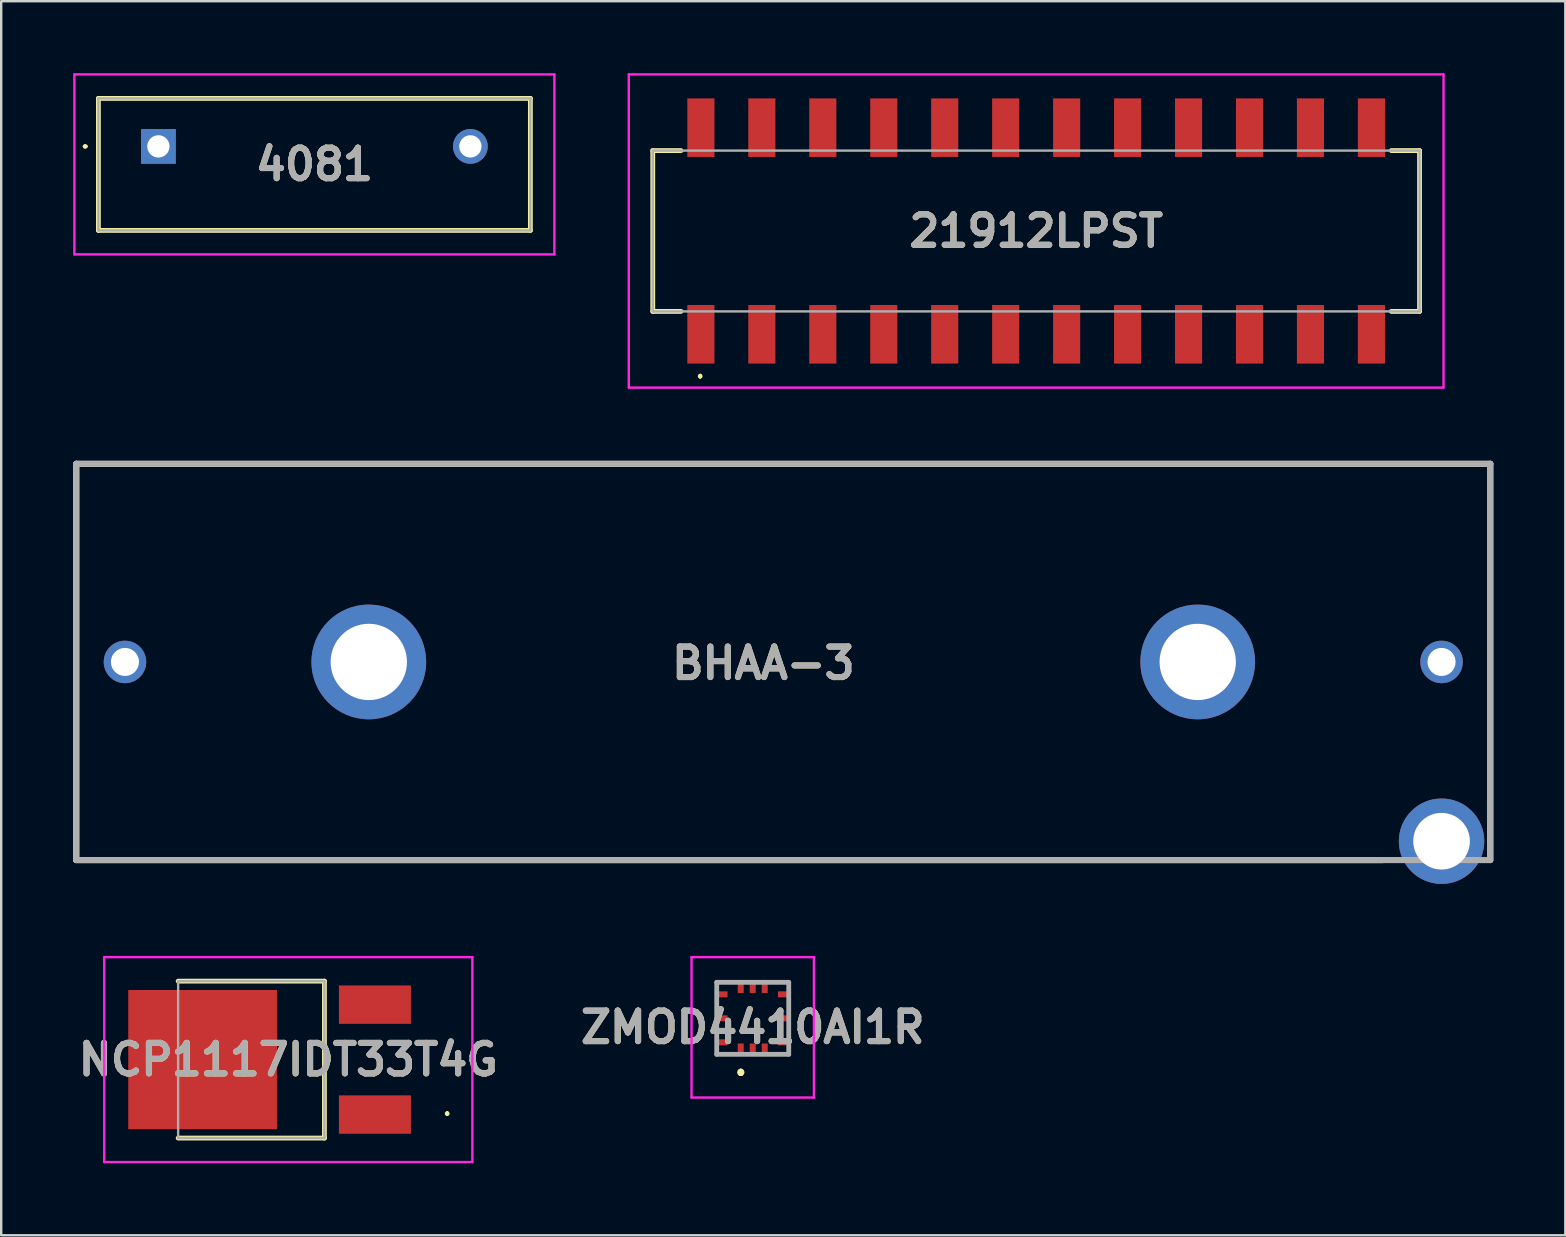
<source format=kicad_pcb>
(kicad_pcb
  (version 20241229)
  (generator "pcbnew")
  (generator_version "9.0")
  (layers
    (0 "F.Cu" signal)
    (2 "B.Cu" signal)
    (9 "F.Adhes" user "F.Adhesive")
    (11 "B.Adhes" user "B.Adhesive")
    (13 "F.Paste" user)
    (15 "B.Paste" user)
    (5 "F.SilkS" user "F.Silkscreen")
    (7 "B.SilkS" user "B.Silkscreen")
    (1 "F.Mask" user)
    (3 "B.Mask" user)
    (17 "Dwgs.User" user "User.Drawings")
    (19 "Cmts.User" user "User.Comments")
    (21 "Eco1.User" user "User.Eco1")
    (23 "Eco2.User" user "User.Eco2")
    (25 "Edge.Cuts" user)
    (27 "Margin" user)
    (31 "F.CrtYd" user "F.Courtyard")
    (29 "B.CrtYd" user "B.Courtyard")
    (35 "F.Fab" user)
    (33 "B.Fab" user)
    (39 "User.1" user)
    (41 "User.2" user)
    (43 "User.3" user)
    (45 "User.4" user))
  (footprint "BHAA-3"
    (layer "F.Cu")
    (at 29.587 24.532)
    (property "Reference" "BHAA-3" (at -0.83 0.055 0) (layer "F.SilkS") (effects (font (size 1.27 1.27) (thickness 0.254))))
    (attr through_hole)
    (fp_line (start -29.46 -8.255) (end -29.46 8.255) (stroke (width 0.254) (type solid)) (layer "F.SilkS"))
    (fp_line (start -29.46 8.255) (end 24.981 8.255) (stroke (width 0.254) (type solid)) (layer "F.SilkS"))
    (fp_line (start 29.46 -8.255) (end -29.46 -8.255) (stroke (width 0.254) (type solid)) (layer "F.SilkS"))
    (fp_line (start 29.46 -8.255) (end 29.46 8.255) (stroke (width 0.254) (type solid)) (layer "F.SilkS"))
    (fp_line (start -29.46 -8.255) (end 29.46 -8.255) (stroke (width 0.254) (type solid)) (layer "F.Fab"))
    (fp_line (start -29.46 8.255) (end -29.46 -8.255) (stroke (width 0.254) (type solid)) (layer "F.Fab"))
    (fp_line (start 29.46 -8.255) (end 29.46 8.255) (stroke (width 0.254) (type solid)) (layer "F.Fab"))
    (fp_line (start 29.46 8.255) (end -29.46 8.255) (stroke (width 0.254) (type solid)) (layer "F.Fab"))
    (fp_text user "${REFERENCE}" (at -0.83 0.055 0) (layer "F.Fab") (effects (font (size 1.27 1.27) (thickness 0.254))))
    (pad "1" thru_hole circle (at -17.27 0) (size 4.78 4.78) (drill 3.18) (layers "*.Cu" "*.Mask"))
    (pad "2" thru_hole circle (at 17.27 0) (size 4.78 4.78) (drill 3.18) (layers "*.Cu" "*.Mask"))
    (pad "3" thru_hole circle (at -27.43 0) (size 1.77 1.77) (drill 1.17) (layers "*.Cu" "*.Mask"))
    (pad "4" thru_hole circle (at 27.43 0) (size 1.77 1.77) (drill 1.17) (layers "*.Cu" "*.Mask"))
    (pad "5" thru_hole circle (at 27.43 7.47) (size 3.56 3.56) (drill 2.36) (layers "*.Cu" "*.Mask")))
  (footprint "ZMOD4410AI1R"
    (layer "F.Cu")
    (at 28.315 39.382)
    (property "Reference" "ZMOD4410AI1R" (at 0 0.375 0) (layer "F.SilkS") (effects (font (size 1.27 1.27) (thickness 0.254))))
    (attr smd)
    (fp_line (start -1.5 -1.5) (end -1.5 -1.5) (stroke (width 0.1) (type solid)) (layer "F.SilkS"))
    (fp_line (start -1.5 -1.5) (end -1 -1.5) (stroke (width 0.1) (type solid)) (layer "F.SilkS"))
    (fp_line (start -1.5 1.5) (end -1.5 1.5) (stroke (width 0.1) (type solid)) (layer "F.SilkS"))
    (fp_line (start -1.5 1.5) (end -1 1.5) (stroke (width 0.1) (type solid)) (layer "F.SilkS"))
    (fp_line (start -1 -1.5) (end -1.5 -1.5) (stroke (width 0.1) (type solid)) (layer "F.SilkS"))
    (fp_line (start -1 -1.5) (end -1 -1.5) (stroke (width 0.1) (type solid)) (layer "F.SilkS"))
    (fp_line (start -1 1.5) (end -1.5 1.5) (stroke (width 0.1) (type solid)) (layer "F.SilkS"))
    (fp_line (start -1 1.5) (end -1 1.5) (stroke (width 0.1) (type solid)) (layer "F.SilkS"))
    (fp_line (start -0.5 2.2) (end -0.5 2.2) (stroke (width 0.2) (type solid)) (layer "F.SilkS"))
    (fp_line (start -0.5 2.3) (end -0.5 2.3) (stroke (width 0.2) (type solid)) (layer "F.SilkS"))
    (fp_line (start -0.5 2.3) (end -0.5 2.3) (stroke (width 0.2) (type solid)) (layer "F.SilkS"))
    (fp_line (start 1 -1.5) (end 1 -1.5) (stroke (width 0.1) (type solid)) (layer "F.SilkS"))
    (fp_line (start 1 -1.5) (end 1.5 -1.5) (stroke (width 0.1) (type solid)) (layer "F.SilkS"))
    (fp_line (start 1 1.5) (end 1 1.5) (stroke (width 0.1) (type solid)) (layer "F.SilkS"))
    (fp_line (start 1 1.5) (end 1.5 1.5) (stroke (width 0.1) (type solid)) (layer "F.SilkS"))
    (fp_line (start 1.5 -1.5) (end 1 -1.5) (stroke (width 0.1) (type solid)) (layer "F.SilkS"))
    (fp_line (start 1.5 -1.5) (end 1.5 -1.5) (stroke (width 0.1) (type solid)) (layer "F.SilkS"))
    (fp_line (start 1.5 1.5) (end 1 1.5) (stroke (width 0.1) (type solid)) (layer "F.SilkS"))
    (fp_line (start 1.5 1.5) (end 1.5 1.5) (stroke (width 0.1) (type solid)) (layer "F.SilkS"))
    (fp_arc (start -0.5 2.2) (mid -0.45 2.25) (end -0.5 2.3) (stroke (width 0.2) (type solid)) (layer "F.SilkS"))
    (fp_arc (start -0.5 2.2) (mid -0.45 2.25) (end -0.5 2.3) (stroke (width 0.2) (type solid)) (layer "F.SilkS"))
    (fp_arc (start -0.5 2.3) (mid -0.55 2.25) (end -0.5 2.2) (stroke (width 0.2) (type solid)) (layer "F.SilkS"))
    (fp_line (start -2.55 -2.55) (end 2.55 -2.55) (stroke (width 0.1) (type solid)) (layer "F.CrtYd"))
    (fp_line (start -2.55 3.3) (end -2.55 -2.55) (stroke (width 0.1) (type solid)) (layer "F.CrtYd"))
    (fp_line (start 2.55 -2.55) (end 2.55 3.3) (stroke (width 0.1) (type solid)) (layer "F.CrtYd"))
    (fp_line (start 2.55 3.3) (end -2.55 3.3) (stroke (width 0.1) (type solid)) (layer "F.CrtYd"))
    (fp_line (start -1.5 -1.5) (end -1.5 1.5) (stroke (width 0.2) (type solid)) (layer "F.Fab"))
    (fp_line (start -1.5 1.5) (end 1.5 1.5) (stroke (width 0.2) (type solid)) (layer "F.Fab"))
    (fp_line (start 1.5 -1.5) (end -1.5 -1.5) (stroke (width 0.2) (type solid)) (layer "F.Fab"))
    (fp_line (start 1.5 1.5) (end 1.5 -1.5) (stroke (width 0.2) (type solid)) (layer "F.Fab"))
    (fp_text user "${REFERENCE}" (at 0 0.375 0) (layer "F.Fab") (effects (font (size 1.27 1.27) (thickness 0.254))))
    (pad "1" smd rect (at -0.5 1.3) (size 0.25 0.5) (layers "F.Cu" "F.Mask" "F.Paste"))
    (pad "2" smd rect (at 0 1.3) (size 0.25 0.5) (layers "F.Cu" "F.Mask" "F.Paste"))
    (pad "3" smd rect (at 0.5 1.3) (size 0.25 0.5) (layers "F.Cu" "F.Mask" "F.Paste"))
    (pad "4" smd rect (at 1.3 1 90) (size 0.25 0.5) (layers "F.Cu" "F.Mask" "F.Paste"))
    (pad "5" smd rect (at 1.3 0 90) (size 0.25 0.5) (layers "F.Cu" "F.Mask" "F.Paste"))
    (pad "6" smd rect (at 1.3 -1 90) (size 0.25 0.5) (layers "F.Cu" "F.Mask" "F.Paste"))
    (pad "7" smd rect (at 0.5 -1.3) (size 0.25 0.5) (layers "F.Cu" "F.Mask" "F.Paste"))
    (pad "8" smd rect (at 0 -1.3) (size 0.25 0.5) (layers "F.Cu" "F.Mask" "F.Paste"))
    (pad "9" smd rect (at -0.5 -1.3) (size 0.25 0.5) (layers "F.Cu" "F.Mask" "F.Paste"))
    (pad "10" smd rect (at -1.3 -1 90) (size 0.25 0.5) (layers "F.Cu" "F.Mask" "F.Paste"))
    (pad "11" smd rect (at -1.3 0 90) (size 0.25 0.5) (layers "F.Cu" "F.Mask" "F.Paste"))
    (pad "12" smd rect (at -1.3 1 90) (size 0.25 0.5) (layers "F.Cu" "F.Mask" "F.Paste")))
  (footprint "4081"
    (layer "F.Cu")
    (at 3.55 3.05)
    (property "Reference" "4081" (at 6.5 0.75 0) (layer "F.SilkS") (effects (font (size 1.27 1.27) (thickness 0.254))))
    (attr through_hole)
    (fp_line (start -3.1 0) (end -3.1 0) (stroke (width 0.1) (type solid)) (layer "F.SilkS"))
    (fp_line (start -3 0) (end -3 0) (stroke (width 0.1) (type solid)) (layer "F.SilkS"))
    (fp_line (start -2.5 -2) (end 15.5 -2) (stroke (width 0.2) (type solid)) (layer "F.SilkS"))
    (fp_line (start -2.5 3.5) (end -2.5 -2) (stroke (width 0.2) (type solid)) (layer "F.SilkS"))
    (fp_line (start 15.5 -2) (end 15.5 3.5) (stroke (width 0.2) (type solid)) (layer "F.SilkS"))
    (fp_line (start 15.5 3.5) (end -2.5 3.5) (stroke (width 0.2) (type solid)) (layer "F.SilkS"))
    (fp_arc (start -3.1 0) (mid -3.05 -0.05) (end -3 0) (stroke (width 0.1) (type solid)) (layer "F.SilkS"))
    (fp_arc (start -3 0) (mid -3.05 0.05) (end -3.1 0) (stroke (width 0.1) (type solid)) (layer "F.SilkS"))
    (fp_line (start -3.5 -3) (end 16.5 -3) (stroke (width 0.1) (type solid)) (layer "F.CrtYd"))
    (fp_line (start -3.5 4.5) (end -3.5 -3) (stroke (width 0.1) (type solid)) (layer "F.CrtYd"))
    (fp_line (start 16.5 -3) (end 16.5 4.5) (stroke (width 0.1) (type solid)) (layer "F.CrtYd"))
    (fp_line (start 16.5 4.5) (end -3.5 4.5) (stroke (width 0.1) (type solid)) (layer "F.CrtYd"))
    (fp_line (start -2.5 -2) (end 15.5 -2) (stroke (width 0.1) (type solid)) (layer "F.Fab"))
    (fp_line (start -2.5 3.5) (end -2.5 -2) (stroke (width 0.1) (type solid)) (layer "F.Fab"))
    (fp_line (start 15.5 -2) (end 15.5 3.5) (stroke (width 0.1) (type solid)) (layer "F.Fab"))
    (fp_line (start 15.5 3.5) (end -2.5 3.5) (stroke (width 0.1) (type solid)) (layer "F.Fab"))
    (fp_text user "${REFERENCE}" (at 6.5 0.75 0) (layer "F.Fab") (effects (font (size 1.27 1.27) (thickness 0.254))))
    (pad "1" thru_hole rect (at 0 0) (size 1.447 1.447) (drill 0.93) (layers "*.Cu" "*.Mask"))
    (pad "2" thru_hole circle (at 13 0) (size 1.447 1.447) (drill 0.93) (layers "*.Cu" "*.Mask")))
  (footprint "21912LPST"
    (layer "F.Cu")
    (at 40.125 6.575)
    (property "Reference" "21912LPST" (at 0 0 0) (layer "F.SilkS") (effects (font (size 1.27 1.27) (thickness 0.254))))
    (attr smd)
    (fp_line (start -15.975 -3.35) (end -15.975 3.35) (stroke (width 0.2) (type solid)) (layer "F.SilkS"))
    (fp_line (start -15.975 3.35) (end -14.8 3.35) (stroke (width 0.2) (type solid)) (layer "F.SilkS"))
    (fp_line (start -14.8 -3.35) (end -15.975 -3.35) (stroke (width 0.2) (type solid)) (layer "F.SilkS"))
    (fp_line (start -14 6) (end -14 6) (stroke (width 0.1) (type solid)) (layer "F.SilkS"))
    (fp_line (start -14 6.1) (end -14 6.1) (stroke (width 0.1) (type solid)) (layer "F.SilkS"))
    (fp_line (start 14.8 3.35) (end 15.975 3.35) (stroke (width 0.2) (type solid)) (layer "F.SilkS"))
    (fp_line (start 15.975 -3.35) (end 14.8 -3.35) (stroke (width 0.2) (type solid)) (layer "F.SilkS"))
    (fp_line (start 15.975 3.35) (end 15.975 -3.35) (stroke (width 0.2) (type solid)) (layer "F.SilkS"))
    (fp_arc (start -14 6) (mid -13.95 6.05) (end -14 6.1) (stroke (width 0.1) (type solid)) (layer "F.SilkS"))
    (fp_arc (start -14 6.1) (mid -14.05 6.05) (end -14 6) (stroke (width 0.1) (type solid)) (layer "F.SilkS"))
    (fp_line (start -16.975 -6.525) (end 16.975 -6.525) (stroke (width 0.1) (type solid)) (layer "F.CrtYd"))
    (fp_line (start -16.975 6.525) (end -16.975 -6.525) (stroke (width 0.1) (type solid)) (layer "F.CrtYd"))
    (fp_line (start 16.975 -6.525) (end 16.975 6.525) (stroke (width 0.1) (type solid)) (layer "F.CrtYd"))
    (fp_line (start 16.975 6.525) (end -16.975 6.525) (stroke (width 0.1) (type solid)) (layer "F.CrtYd"))
    (fp_line (start -15.975 -3.35) (end 15.975 -3.35) (stroke (width 0.1) (type solid)) (layer "F.Fab"))
    (fp_line (start -15.975 3.35) (end -15.975 -3.35) (stroke (width 0.1) (type solid)) (layer "F.Fab"))
    (fp_line (start 15.975 -3.35) (end 15.975 3.35) (stroke (width 0.1) (type solid)) (layer "F.Fab"))
    (fp_line (start 15.975 3.35) (end -15.975 3.35) (stroke (width 0.1) (type solid)) (layer "F.Fab"))
    (fp_text user "${REFERENCE}" (at 0 0 0) (layer "F.Fab") (effects (font (size 1.27 1.27) (thickness 0.254))))
    (pad "A1" smd rect (at -13.97 4.305) (size 1.13 2.44) (layers "F.Cu" "F.Mask" "F.Paste"))
    (pad "A2" smd rect (at -11.43 4.305) (size 1.13 2.44) (layers "F.Cu" "F.Mask" "F.Paste"))
    (pad "A3" smd rect (at -8.89 4.305) (size 1.13 2.44) (layers "F.Cu" "F.Mask" "F.Paste"))
    (pad "A4" smd rect (at -6.35 4.305) (size 1.13 2.44) (layers "F.Cu" "F.Mask" "F.Paste"))
    (pad "A5" smd rect (at -3.81 4.305) (size 1.13 2.44) (layers "F.Cu" "F.Mask" "F.Paste"))
    (pad "A6" smd rect (at -1.27 4.305) (size 1.13 2.44) (layers "F.Cu" "F.Mask" "F.Paste"))
    (pad "A7" smd rect (at 1.27 4.305) (size 1.13 2.44) (layers "F.Cu" "F.Mask" "F.Paste"))
    (pad "A8" smd rect (at 3.81 4.305) (size 1.13 2.44) (layers "F.Cu" "F.Mask" "F.Paste"))
    (pad "A9" smd rect (at 6.35 4.305) (size 1.13 2.44) (layers "F.Cu" "F.Mask" "F.Paste"))
    (pad "A10" smd rect (at 8.89 4.305) (size 1.13 2.44) (layers "F.Cu" "F.Mask" "F.Paste"))
    (pad "A11" smd rect (at 11.43 4.305) (size 1.13 2.44) (layers "F.Cu" "F.Mask" "F.Paste"))
    (pad "A12" smd rect (at 13.97 4.305) (size 1.13 2.44) (layers "F.Cu" "F.Mask" "F.Paste"))
    (pad "B1" smd rect (at -13.97 -4.305) (size 1.13 2.44) (layers "F.Cu" "F.Mask" "F.Paste"))
    (pad "B2" smd rect (at -11.43 -4.305) (size 1.13 2.44) (layers "F.Cu" "F.Mask" "F.Paste"))
    (pad "B3" smd rect (at -8.89 -4.305) (size 1.13 2.44) (layers "F.Cu" "F.Mask" "F.Paste"))
    (pad "B4" smd rect (at -6.35 -4.305) (size 1.13 2.44) (layers "F.Cu" "F.Mask" "F.Paste"))
    (pad "B5" smd rect (at -3.81 -4.305) (size 1.13 2.44) (layers "F.Cu" "F.Mask" "F.Paste"))
    (pad "B6" smd rect (at -1.27 -4.305) (size 1.13 2.44) (layers "F.Cu" "F.Mask" "F.Paste"))
    (pad "B7" smd rect (at 1.27 -4.305) (size 1.13 2.44) (layers "F.Cu" "F.Mask" "F.Paste"))
    (pad "B8" smd rect (at 3.81 -4.305) (size 1.13 2.44) (layers "F.Cu" "F.Mask" "F.Paste"))
    (pad "B9" smd rect (at 6.35 -4.305) (size 1.13 2.44) (layers "F.Cu" "F.Mask" "F.Paste"))
    (pad "B10" smd rect (at 8.89 -4.305) (size 1.13 2.44) (layers "F.Cu" "F.Mask" "F.Paste"))
    (pad "B11" smd rect (at 11.43 -4.305) (size 1.13 2.44) (layers "F.Cu" "F.Mask" "F.Paste"))
    (pad "B12" smd rect (at 13.97 -4.305) (size 1.13 2.44) (layers "F.Cu" "F.Mask" "F.Paste")))
  (footprint "NCP1117IDT33T4G"
    (layer "F.Cu")
    (at 7.421 41.102)
    (property "Reference" "NCP1117IDT33T4G" (at 1.542 0 0) (layer "F.SilkS") (effects (font (size 1.27 1.27) (thickness 0.254))))
    (attr smd)
    (fp_line (start -3.048 -3.27) (end 3.047 -3.27) (stroke (width 0.2) (type solid)) (layer "F.SilkS"))
    (fp_line (start 3.047 -3.27) (end 3.047 3.27) (stroke (width 0.2) (type solid)) (layer "F.SilkS"))
    (fp_line (start 3.047 3.27) (end -3.048 3.27) (stroke (width 0.2) (type solid)) (layer "F.SilkS"))
    (fp_line (start 8.162 2.2) (end 8.162 2.2) (stroke (width 0.1) (type solid)) (layer "F.SilkS"))
    (fp_line (start 8.162 2.3) (end 8.162 2.3) (stroke (width 0.1) (type solid)) (layer "F.SilkS"))
    (fp_arc (start 8.162 2.2) (mid 8.212 2.25) (end 8.162 2.3) (stroke (width 0.1) (type solid)) (layer "F.SilkS"))
    (fp_arc (start 8.162 2.3) (mid 8.112 2.25) (end 8.162 2.2) (stroke (width 0.1) (type solid)) (layer "F.SilkS"))
    (fp_line (start -6.128 -4.27) (end 9.212 -4.27) (stroke (width 0.1) (type solid)) (layer "F.CrtYd"))
    (fp_line (start -6.128 4.27) (end -6.128 -4.27) (stroke (width 0.1) (type solid)) (layer "F.CrtYd"))
    (fp_line (start 9.212 -4.27) (end 9.212 4.27) (stroke (width 0.1) (type solid)) (layer "F.CrtYd"))
    (fp_line (start 9.212 4.27) (end -6.128 4.27) (stroke (width 0.1) (type solid)) (layer "F.CrtYd"))
    (fp_line (start -3.048 -3.27) (end 3.047 -3.27) (stroke (width 0.1) (type solid)) (layer "F.Fab"))
    (fp_line (start -3.048 3.27) (end -3.048 -3.27) (stroke (width 0.1) (type solid)) (layer "F.Fab"))
    (fp_line (start 3.047 -3.27) (end 3.047 3.27) (stroke (width 0.1) (type solid)) (layer "F.Fab"))
    (fp_line (start 3.047 3.27) (end -3.048 3.27) (stroke (width 0.1) (type solid)) (layer "F.Fab"))
    (fp_text user "${REFERENCE}" (at 1.542 0 0) (layer "F.Fab") (effects (font (size 1.27 1.27) (thickness 0.254))))
    (pad "1" smd rect (at 5.152 2.29 90) (size 1.6 3) (layers "F.Cu" "F.Mask" "F.Paste"))
    (pad "2" smd rect (at -2.028 0 90) (size 5.8 6.2) (layers "F.Cu" "F.Mask" "F.Paste"))
    (pad "3" smd rect (at 5.152 -2.29 90) (size 1.6 3) (layers "F.Cu" "F.Mask" "F.Paste")))
  (gr_rect
    (start -3 -3)
    (end 62.174 48.422)
    (stroke (width 0.1) (type default))
    (fill no)
    (layer "Edge.Cuts")))
</source>
